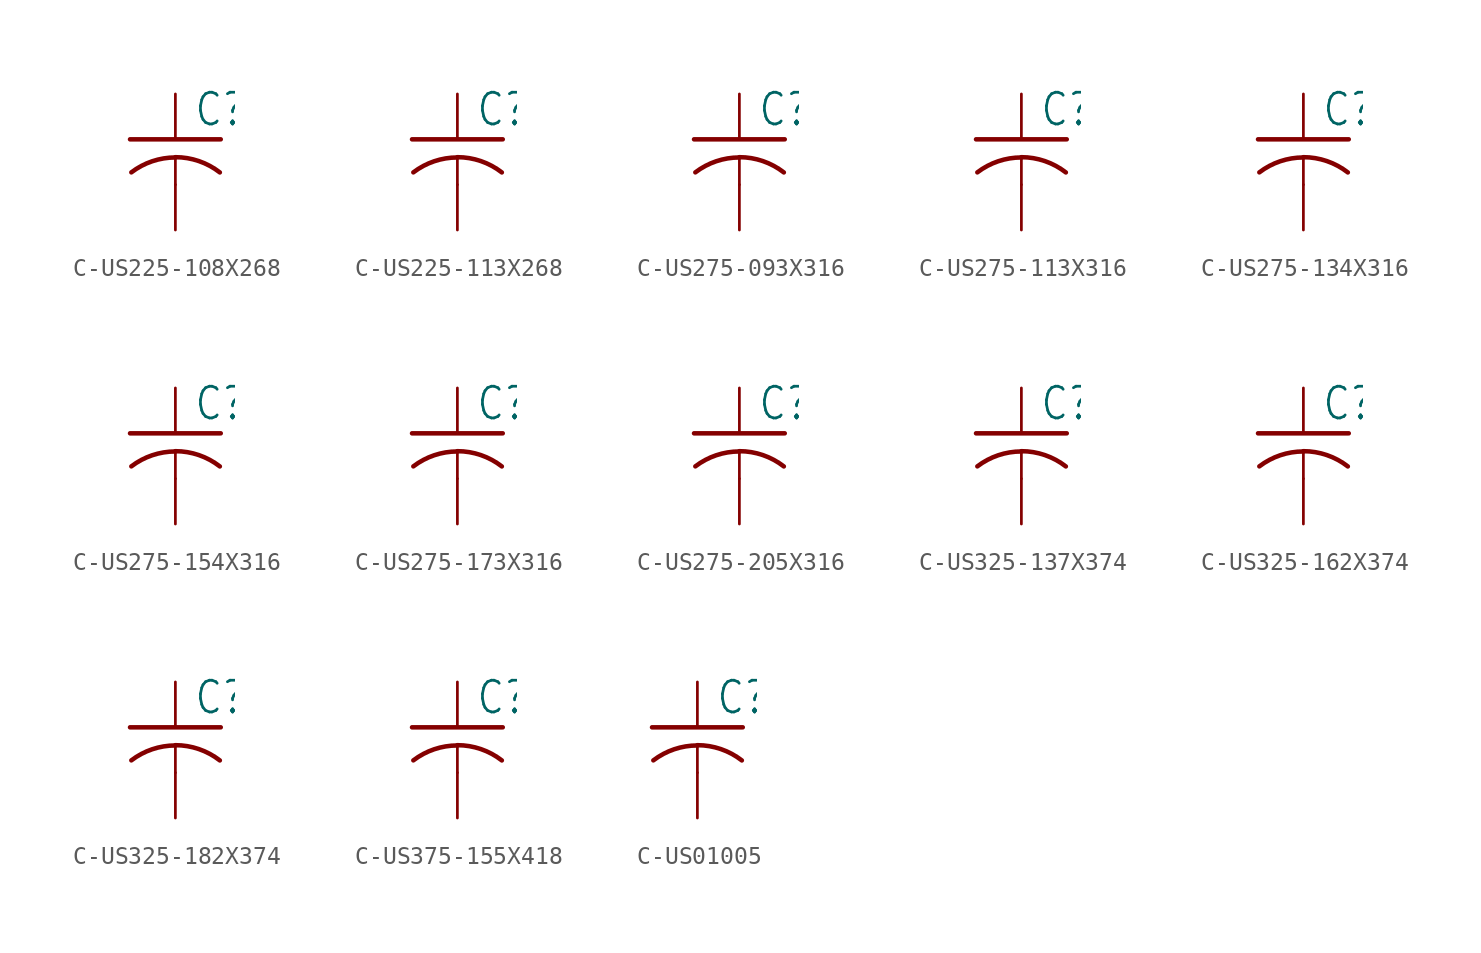
<source format=kicad_sym>
(kicad_symbol_lib
  (version 20231120)
  (generator "kicad_symbol_editor")
  (generator_version "8.0")
  (symbol "C-US225-108X268"
    (property "Reference" "C"
      (at 1.016 0.635 0)
      (effects (font (size 1.778 1.511)) (justify left bottom)))
    (property "Value" ""
      (at 1.016 -4.191 0)
      (effects (font (size 1.778 1.511)) (justify left bottom)))
    (property "ki_locked" ""
      (at 0 0 0)
      (effects (font (size 1.27 1.27))))
    (symbol "C-US225-108X268_1_0"
      (arc (start 0 -1.0161) (mid -1.302 -1.2303) (end -2.4668 -1.8504) (stroke (width 0.254) (type solid)) (fill (type none)))
      (polyline (pts (xy -2.54 0) (xy 2.54 0)) (stroke (width 0.254) (type solid)) (fill (type none)))
      (polyline (pts (xy 0 -1.016) (xy 0 -2.54)) (stroke (width 0.152) (type solid)) (fill (type none)))
      (arc (start 2.4892 -1.8541) (mid 1.3158 -1.2194) (end 0 -1) (stroke (width 0.254) (type solid)) (fill (type none)))
      (pin passive line (at 0 2.54 270) (length 2.54) (name "1" (effects (font (size 0 0)))) (number "1" (effects (font (size 0 0)))))
      (pin passive line (at 0 -5.08 90) (length 2.54) (name "2" (effects (font (size 0 0)))) (number "2" (effects (font (size 0 0)))))))
  (symbol "C-US225-113X268"
    (property "Reference" "C"
      (at 1.016 0.635 0)
      (effects (font (size 1.778 1.511)) (justify left bottom)))
    (property "Value" ""
      (at 1.016 -4.191 0)
      (effects (font (size 1.778 1.511)) (justify left bottom)))
    (property "ki_locked" ""
      (at 0 0 0)
      (effects (font (size 1.27 1.27))))
    (symbol "C-US225-113X268_1_0"
      (arc (start 0 -1.0161) (mid -1.302 -1.2303) (end -2.4668 -1.8504) (stroke (width 0.254) (type solid)) (fill (type none)))
      (polyline (pts (xy -2.54 0) (xy 2.54 0)) (stroke (width 0.254) (type solid)) (fill (type none)))
      (polyline (pts (xy 0 -1.016) (xy 0 -2.54)) (stroke (width 0.152) (type solid)) (fill (type none)))
      (arc (start 2.4892 -1.8541) (mid 1.3158 -1.2194) (end 0 -1) (stroke (width 0.254) (type solid)) (fill (type none)))
      (pin passive line (at 0 2.54 270) (length 2.54) (name "1" (effects (font (size 0 0)))) (number "1" (effects (font (size 0 0)))))
      (pin passive line (at 0 -5.08 90) (length 2.54) (name "2" (effects (font (size 0 0)))) (number "2" (effects (font (size 0 0)))))))
  (symbol "C-US275-093X316"
    (property "Reference" "C"
      (at 1.016 0.635 0)
      (effects (font (size 1.778 1.511)) (justify left bottom)))
    (property "Value" ""
      (at 1.016 -4.191 0)
      (effects (font (size 1.778 1.511)) (justify left bottom)))
    (property "ki_locked" ""
      (at 0 0 0)
      (effects (font (size 1.27 1.27))))
    (symbol "C-US275-093X316_1_0"
      (arc (start 0 -1.0161) (mid -1.302 -1.2303) (end -2.4668 -1.8504) (stroke (width 0.254) (type solid)) (fill (type none)))
      (polyline (pts (xy -2.54 0) (xy 2.54 0)) (stroke (width 0.254) (type solid)) (fill (type none)))
      (polyline (pts (xy 0 -1.016) (xy 0 -2.54)) (stroke (width 0.152) (type solid)) (fill (type none)))
      (arc (start 2.4892 -1.8541) (mid 1.3158 -1.2194) (end 0 -1) (stroke (width 0.254) (type solid)) (fill (type none)))
      (pin passive line (at 0 2.54 270) (length 2.54) (name "1" (effects (font (size 0 0)))) (number "1" (effects (font (size 0 0)))))
      (pin passive line (at 0 -5.08 90) (length 2.54) (name "2" (effects (font (size 0 0)))) (number "2" (effects (font (size 0 0)))))))
  (symbol "C-US275-113X316"
    (property "Reference" "C"
      (at 1.016 0.635 0)
      (effects (font (size 1.778 1.511)) (justify left bottom)))
    (property "Value" ""
      (at 1.016 -4.191 0)
      (effects (font (size 1.778 1.511)) (justify left bottom)))
    (property "ki_locked" ""
      (at 0 0 0)
      (effects (font (size 1.27 1.27))))
    (symbol "C-US275-113X316_1_0"
      (arc (start 0 -1.0161) (mid -1.302 -1.2303) (end -2.4668 -1.8504) (stroke (width 0.254) (type solid)) (fill (type none)))
      (polyline (pts (xy -2.54 0) (xy 2.54 0)) (stroke (width 0.254) (type solid)) (fill (type none)))
      (polyline (pts (xy 0 -1.016) (xy 0 -2.54)) (stroke (width 0.152) (type solid)) (fill (type none)))
      (arc (start 2.4892 -1.8541) (mid 1.3158 -1.2194) (end 0 -1) (stroke (width 0.254) (type solid)) (fill (type none)))
      (pin passive line (at 0 2.54 270) (length 2.54) (name "1" (effects (font (size 0 0)))) (number "1" (effects (font (size 0 0)))))
      (pin passive line (at 0 -5.08 90) (length 2.54) (name "2" (effects (font (size 0 0)))) (number "2" (effects (font (size 0 0)))))))
  (symbol "C-US275-134X316"
    (property "Reference" "C"
      (at 1.016 0.635 0)
      (effects (font (size 1.778 1.511)) (justify left bottom)))
    (property "Value" ""
      (at 1.016 -4.191 0)
      (effects (font (size 1.778 1.511)) (justify left bottom)))
    (property "ki_locked" ""
      (at 0 0 0)
      (effects (font (size 1.27 1.27))))
    (symbol "C-US275-134X316_1_0"
      (arc (start 0 -1.0161) (mid -1.302 -1.2303) (end -2.4668 -1.8504) (stroke (width 0.254) (type solid)) (fill (type none)))
      (polyline (pts (xy -2.54 0) (xy 2.54 0)) (stroke (width 0.254) (type solid)) (fill (type none)))
      (polyline (pts (xy 0 -1.016) (xy 0 -2.54)) (stroke (width 0.152) (type solid)) (fill (type none)))
      (arc (start 2.4892 -1.8541) (mid 1.3158 -1.2194) (end 0 -1) (stroke (width 0.254) (type solid)) (fill (type none)))
      (pin passive line (at 0 2.54 270) (length 2.54) (name "1" (effects (font (size 0 0)))) (number "1" (effects (font (size 0 0)))))
      (pin passive line (at 0 -5.08 90) (length 2.54) (name "2" (effects (font (size 0 0)))) (number "2" (effects (font (size 0 0)))))))
  (symbol "C-US275-154X316"
    (property "Reference" "C"
      (at 1.016 0.635 0)
      (effects (font (size 1.778 1.511)) (justify left bottom)))
    (property "Value" ""
      (at 1.016 -4.191 0)
      (effects (font (size 1.778 1.511)) (justify left bottom)))
    (property "ki_locked" ""
      (at 0 0 0)
      (effects (font (size 1.27 1.27))))
    (symbol "C-US275-154X316_1_0"
      (arc (start 0 -1.0161) (mid -1.302 -1.2303) (end -2.4668 -1.8504) (stroke (width 0.254) (type solid)) (fill (type none)))
      (polyline (pts (xy -2.54 0) (xy 2.54 0)) (stroke (width 0.254) (type solid)) (fill (type none)))
      (polyline (pts (xy 0 -1.016) (xy 0 -2.54)) (stroke (width 0.152) (type solid)) (fill (type none)))
      (arc (start 2.4892 -1.8541) (mid 1.3158 -1.2194) (end 0 -1) (stroke (width 0.254) (type solid)) (fill (type none)))
      (pin passive line (at 0 2.54 270) (length 2.54) (name "1" (effects (font (size 0 0)))) (number "1" (effects (font (size 0 0)))))
      (pin passive line (at 0 -5.08 90) (length 2.54) (name "2" (effects (font (size 0 0)))) (number "2" (effects (font (size 0 0)))))))
  (symbol "C-US275-173X316"
    (property "Reference" "C"
      (at 1.016 0.635 0)
      (effects (font (size 1.778 1.511)) (justify left bottom)))
    (property "Value" ""
      (at 1.016 -4.191 0)
      (effects (font (size 1.778 1.511)) (justify left bottom)))
    (property "ki_locked" ""
      (at 0 0 0)
      (effects (font (size 1.27 1.27))))
    (symbol "C-US275-173X316_1_0"
      (arc (start 0 -1.0161) (mid -1.302 -1.2303) (end -2.4668 -1.8504) (stroke (width 0.254) (type solid)) (fill (type none)))
      (polyline (pts (xy -2.54 0) (xy 2.54 0)) (stroke (width 0.254) (type solid)) (fill (type none)))
      (polyline (pts (xy 0 -1.016) (xy 0 -2.54)) (stroke (width 0.152) (type solid)) (fill (type none)))
      (arc (start 2.4892 -1.8541) (mid 1.3158 -1.2194) (end 0 -1) (stroke (width 0.254) (type solid)) (fill (type none)))
      (pin passive line (at 0 2.54 270) (length 2.54) (name "1" (effects (font (size 0 0)))) (number "1" (effects (font (size 0 0)))))
      (pin passive line (at 0 -5.08 90) (length 2.54) (name "2" (effects (font (size 0 0)))) (number "2" (effects (font (size 0 0)))))))
  (symbol "C-US275-205X316"
    (property "Reference" "C"
      (at 1.016 0.635 0)
      (effects (font (size 1.778 1.511)) (justify left bottom)))
    (property "Value" ""
      (at 1.016 -4.191 0)
      (effects (font (size 1.778 1.511)) (justify left bottom)))
    (property "ki_locked" ""
      (at 0 0 0)
      (effects (font (size 1.27 1.27))))
    (symbol "C-US275-205X316_1_0"
      (arc (start 0 -1.0161) (mid -1.302 -1.2303) (end -2.4668 -1.8504) (stroke (width 0.254) (type solid)) (fill (type none)))
      (polyline (pts (xy -2.54 0) (xy 2.54 0)) (stroke (width 0.254) (type solid)) (fill (type none)))
      (polyline (pts (xy 0 -1.016) (xy 0 -2.54)) (stroke (width 0.152) (type solid)) (fill (type none)))
      (arc (start 2.4892 -1.8541) (mid 1.3158 -1.2194) (end 0 -1) (stroke (width 0.254) (type solid)) (fill (type none)))
      (pin passive line (at 0 2.54 270) (length 2.54) (name "1" (effects (font (size 0 0)))) (number "1" (effects (font (size 0 0)))))
      (pin passive line (at 0 -5.08 90) (length 2.54) (name "2" (effects (font (size 0 0)))) (number "2" (effects (font (size 0 0)))))))
  (symbol "C-US325-137X374"
    (property "Reference" "C"
      (at 1.016 0.635 0)
      (effects (font (size 1.778 1.511)) (justify left bottom)))
    (property "Value" ""
      (at 1.016 -4.191 0)
      (effects (font (size 1.778 1.511)) (justify left bottom)))
    (property "ki_locked" ""
      (at 0 0 0)
      (effects (font (size 1.27 1.27))))
    (symbol "C-US325-137X374_1_0"
      (arc (start 0 -1.0161) (mid -1.302 -1.2303) (end -2.4668 -1.8504) (stroke (width 0.254) (type solid)) (fill (type none)))
      (polyline (pts (xy -2.54 0) (xy 2.54 0)) (stroke (width 0.254) (type solid)) (fill (type none)))
      (polyline (pts (xy 0 -1.016) (xy 0 -2.54)) (stroke (width 0.152) (type solid)) (fill (type none)))
      (arc (start 2.4892 -1.8541) (mid 1.3158 -1.2194) (end 0 -1) (stroke (width 0.254) (type solid)) (fill (type none)))
      (pin passive line (at 0 2.54 270) (length 2.54) (name "1" (effects (font (size 0 0)))) (number "1" (effects (font (size 0 0)))))
      (pin passive line (at 0 -5.08 90) (length 2.54) (name "2" (effects (font (size 0 0)))) (number "2" (effects (font (size 0 0)))))))
  (symbol "C-US325-162X374"
    (property "Reference" "C"
      (at 1.016 0.635 0)
      (effects (font (size 1.778 1.511)) (justify left bottom)))
    (property "Value" ""
      (at 1.016 -4.191 0)
      (effects (font (size 1.778 1.511)) (justify left bottom)))
    (property "ki_locked" ""
      (at 0 0 0)
      (effects (font (size 1.27 1.27))))
    (symbol "C-US325-162X374_1_0"
      (arc (start 0 -1.0161) (mid -1.302 -1.2303) (end -2.4668 -1.8504) (stroke (width 0.254) (type solid)) (fill (type none)))
      (polyline (pts (xy -2.54 0) (xy 2.54 0)) (stroke (width 0.254) (type solid)) (fill (type none)))
      (polyline (pts (xy 0 -1.016) (xy 0 -2.54)) (stroke (width 0.152) (type solid)) (fill (type none)))
      (arc (start 2.4892 -1.8541) (mid 1.3158 -1.2194) (end 0 -1) (stroke (width 0.254) (type solid)) (fill (type none)))
      (pin passive line (at 0 2.54 270) (length 2.54) (name "1" (effects (font (size 0 0)))) (number "1" (effects (font (size 0 0)))))
      (pin passive line (at 0 -5.08 90) (length 2.54) (name "2" (effects (font (size 0 0)))) (number "2" (effects (font (size 0 0)))))))
  (symbol "C-US325-182X374"
    (property "Reference" "C"
      (at 1.016 0.635 0)
      (effects (font (size 1.778 1.511)) (justify left bottom)))
    (property "Value" ""
      (at 1.016 -4.191 0)
      (effects (font (size 1.778 1.511)) (justify left bottom)))
    (property "ki_locked" ""
      (at 0 0 0)
      (effects (font (size 1.27 1.27))))
    (symbol "C-US325-182X374_1_0"
      (arc (start 0 -1.0161) (mid -1.302 -1.2303) (end -2.4668 -1.8504) (stroke (width 0.254) (type solid)) (fill (type none)))
      (polyline (pts (xy -2.54 0) (xy 2.54 0)) (stroke (width 0.254) (type solid)) (fill (type none)))
      (polyline (pts (xy 0 -1.016) (xy 0 -2.54)) (stroke (width 0.152) (type solid)) (fill (type none)))
      (arc (start 2.4892 -1.8541) (mid 1.3158 -1.2194) (end 0 -1) (stroke (width 0.254) (type solid)) (fill (type none)))
      (pin passive line (at 0 2.54 270) (length 2.54) (name "1" (effects (font (size 0 0)))) (number "1" (effects (font (size 0 0)))))
      (pin passive line (at 0 -5.08 90) (length 2.54) (name "2" (effects (font (size 0 0)))) (number "2" (effects (font (size 0 0)))))))
  (symbol "C-US375-155X418"
    (property "Reference" "C"
      (at 1.016 0.635 0)
      (effects (font (size 1.778 1.511)) (justify left bottom)))
    (property "Value" ""
      (at 1.016 -4.191 0)
      (effects (font (size 1.778 1.511)) (justify left bottom)))
    (property "ki_locked" ""
      (at 0 0 0)
      (effects (font (size 1.27 1.27))))
    (symbol "C-US375-155X418_1_0"
      (arc (start 0 -1.0161) (mid -1.302 -1.2303) (end -2.4668 -1.8504) (stroke (width 0.254) (type solid)) (fill (type none)))
      (polyline (pts (xy -2.54 0) (xy 2.54 0)) (stroke (width 0.254) (type solid)) (fill (type none)))
      (polyline (pts (xy 0 -1.016) (xy 0 -2.54)) (stroke (width 0.152) (type solid)) (fill (type none)))
      (arc (start 2.4892 -1.8541) (mid 1.3158 -1.2194) (end 0 -1) (stroke (width 0.254) (type solid)) (fill (type none)))
      (pin passive line (at 0 2.54 270) (length 2.54) (name "1" (effects (font (size 0 0)))) (number "1" (effects (font (size 0 0)))))
      (pin passive line (at 0 -5.08 90) (length 2.54) (name "2" (effects (font (size 0 0)))) (number "2" (effects (font (size 0 0)))))))
  (symbol "C-US01005"
    (property "Reference" "C"
      (at 1.016 0.635 0)
      (effects (font (size 1.778 1.511)) (justify left bottom)))
    (property "Value" ""
      (at 1.016 -4.191 0)
      (effects (font (size 1.778 1.511)) (justify left bottom)))
    (property "ki_locked" ""
      (at 0 0 0)
      (effects (font (size 1.27 1.27))))
    (symbol "C-US01005_1_0"
      (arc (start 0 -1.0161) (mid -1.302 -1.2303) (end -2.4668 -1.8504) (stroke (width 0.254) (type solid)) (fill (type none)))
      (polyline (pts (xy -2.54 0) (xy 2.54 0)) (stroke (width 0.254) (type solid)) (fill (type none)))
      (polyline (pts (xy 0 -1.016) (xy 0 -2.54)) (stroke (width 0.152) (type solid)) (fill (type none)))
      (arc (start 2.4892 -1.8541) (mid 1.3158 -1.2194) (end 0 -1) (stroke (width 0.254) (type solid)) (fill (type none)))
      (pin passive line (at 0 2.54 270) (length 2.54) (name "1" (effects (font (size 0 0)))) (number "1" (effects (font (size 0 0)))))
      (pin passive line (at 0 -5.08 90) (length 2.54) (name "2" (effects (font (size 0 0)))) (number "2" (effects (font (size 0 0))))))))
</source>
